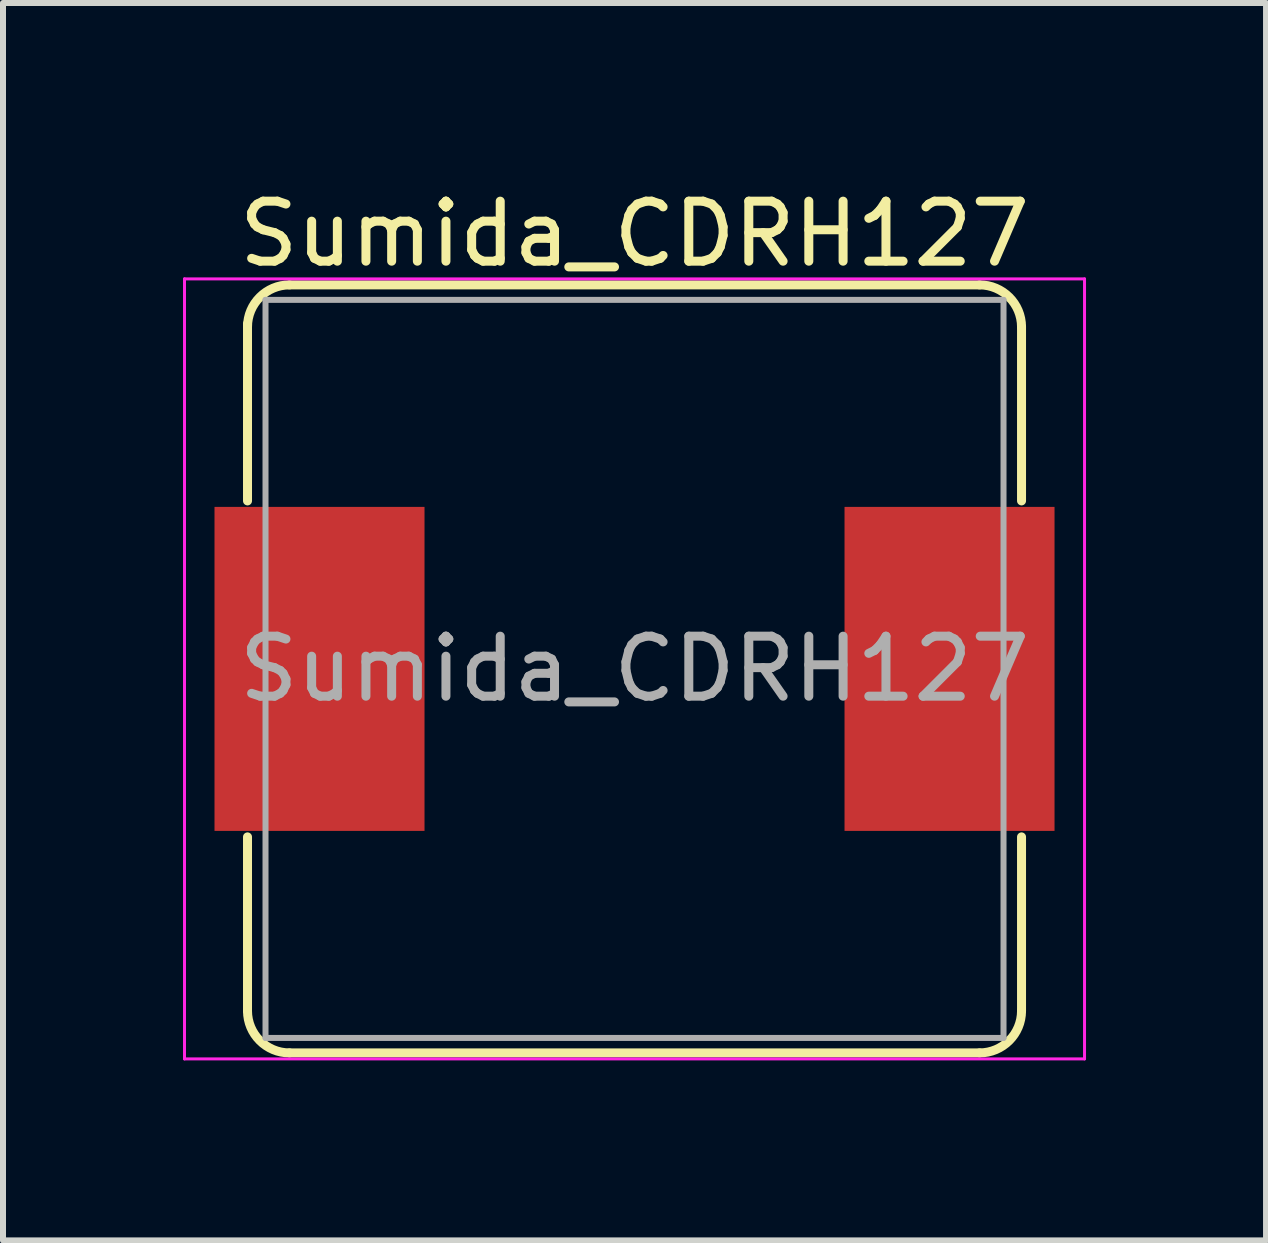
<source format=kicad_pcb>
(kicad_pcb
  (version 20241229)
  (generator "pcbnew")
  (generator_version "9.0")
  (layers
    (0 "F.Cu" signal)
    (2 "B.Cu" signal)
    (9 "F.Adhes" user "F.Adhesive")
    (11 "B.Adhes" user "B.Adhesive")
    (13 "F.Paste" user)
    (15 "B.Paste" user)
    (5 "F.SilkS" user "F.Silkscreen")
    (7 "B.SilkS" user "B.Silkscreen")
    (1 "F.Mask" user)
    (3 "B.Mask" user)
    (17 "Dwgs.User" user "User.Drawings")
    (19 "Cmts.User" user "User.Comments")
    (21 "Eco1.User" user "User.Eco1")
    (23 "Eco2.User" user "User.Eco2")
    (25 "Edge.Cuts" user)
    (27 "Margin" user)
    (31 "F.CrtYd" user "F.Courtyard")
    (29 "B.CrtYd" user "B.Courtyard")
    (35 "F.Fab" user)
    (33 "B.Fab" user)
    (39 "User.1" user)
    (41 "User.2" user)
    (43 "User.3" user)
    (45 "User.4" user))
  (footprint "Sumida_CDRH127"
    (layer "F.Cu")
    (at 7.525 8.098)
    (property "Reference" "Sumida_CDRH127" (at 0 -7.25 0) (layer "F.SilkS") (effects (font (size 1 1) (thickness 0.15))))
    (attr smd)
    (fp_line (start -6.45 -5.75) (end -6.45 -2.8) (stroke (width 0.15) (type solid)) (layer "F.SilkS"))
    (fp_line (start -6.45 2.8) (end -6.45 5.7) (stroke (width 0.15) (type solid)) (layer "F.SilkS"))
    (fp_line (start -5.75 -6.4) (end 5.75 -6.4) (stroke (width 0.15) (type solid)) (layer "F.SilkS"))
    (fp_line (start 5.75 6.4) (end -5.75 6.4) (stroke (width 0.15) (type solid)) (layer "F.SilkS"))
    (fp_line (start 6.45 -5.7) (end 6.45 -2.8) (stroke (width 0.15) (type solid)) (layer "F.SilkS"))
    (fp_line (start 6.45 2.8) (end 6.45 5.7) (stroke (width 0.15) (type solid)) (layer "F.SilkS"))
    (fp_arc (start -6.45 -5.7) (mid -6.244975 -6.194975) (end -5.75 -6.4) (stroke (width 0.15) (type solid)) (layer "F.SilkS"))
    (fp_arc (start -5.75 6.4) (mid -6.244975 6.194975) (end -6.45 5.7) (stroke (width 0.15) (type solid)) (layer "F.SilkS"))
    (fp_arc (start 5.75 -6.4) (mid 6.244975 -6.194975) (end 6.45 -5.7) (stroke (width 0.15) (type solid)) (layer "F.SilkS"))
    (fp_arc (start 6.45 5.7) (mid 6.244975 6.194975) (end 5.75 6.4) (stroke (width 0.15) (type solid)) (layer "F.SilkS"))
    (fp_line (start -7.5 -6.5) (end -7.5 6.5) (stroke (width 0.05) (type solid)) (layer "F.CrtYd"))
    (fp_line (start -7.5 6.5) (end 7.5 6.5) (stroke (width 0.05) (type solid)) (layer "F.CrtYd"))
    (fp_line (start 7.5 -6.5) (end -7.5 -6.5) (stroke (width 0.05) (type solid)) (layer "F.CrtYd"))
    (fp_line (start 7.5 6.5) (end 7.5 -6.5) (stroke (width 0.05) (type solid)) (layer "F.CrtYd"))
    (fp_line (start -6.15 -6.15) (end -6.15 6.15) (stroke (width 0.1) (type solid)) (layer "F.Fab"))
    (fp_line (start -6.15 -6.15) (end 6.15 -6.15) (stroke (width 0.1) (type solid)) (layer "F.Fab"))
    (fp_line (start 6.15 -6.15) (end 6.15 6.15) (stroke (width 0.1) (type solid)) (layer "F.Fab"))
    (fp_line (start 6.15 6.15) (end -6.15 6.15) (stroke (width 0.1) (type solid)) (layer "F.Fab"))
    (fp_text user "${REFERENCE}" (at 0 0 0) (layer "F.Fab") (effects (font (size 1 1) (thickness 0.15))))
    (pad "1" smd rect (at -5.25 0) (size 3.5 5.4) (layers "F.Cu" "F.Mask" "F.Paste"))
    (pad "2" smd rect (at 5.25 0) (size 3.5 5.4) (layers "F.Cu" "F.Mask" "F.Paste")))
  (gr_rect
    (start -3 -3)
    (end 18.05 17.623)
    (stroke (width 0.1) (type default))
    (fill no)
    (layer "Edge.Cuts")))
</source>
